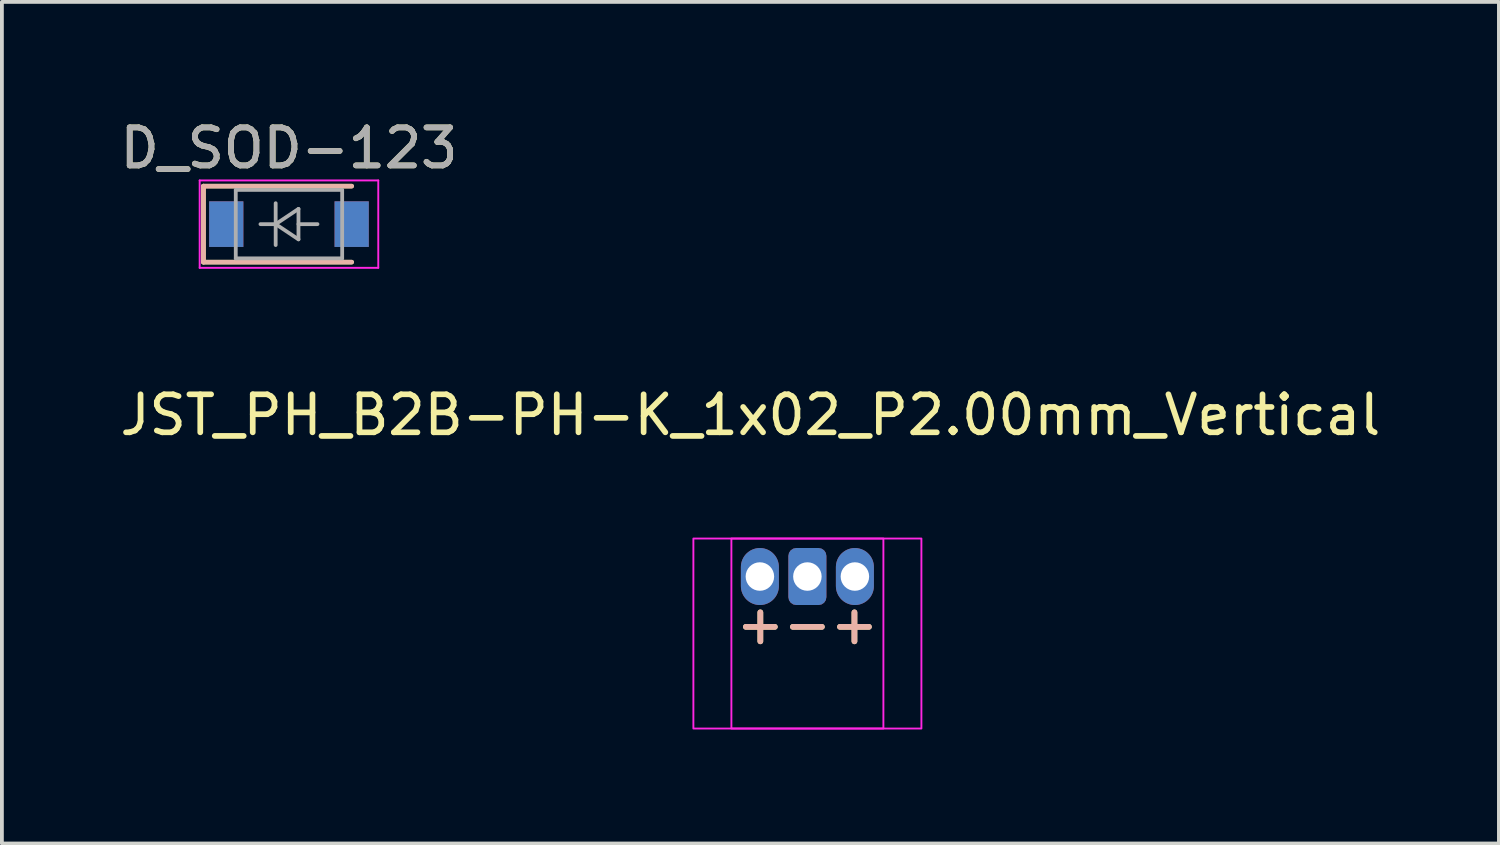
<source format=kicad_pcb>
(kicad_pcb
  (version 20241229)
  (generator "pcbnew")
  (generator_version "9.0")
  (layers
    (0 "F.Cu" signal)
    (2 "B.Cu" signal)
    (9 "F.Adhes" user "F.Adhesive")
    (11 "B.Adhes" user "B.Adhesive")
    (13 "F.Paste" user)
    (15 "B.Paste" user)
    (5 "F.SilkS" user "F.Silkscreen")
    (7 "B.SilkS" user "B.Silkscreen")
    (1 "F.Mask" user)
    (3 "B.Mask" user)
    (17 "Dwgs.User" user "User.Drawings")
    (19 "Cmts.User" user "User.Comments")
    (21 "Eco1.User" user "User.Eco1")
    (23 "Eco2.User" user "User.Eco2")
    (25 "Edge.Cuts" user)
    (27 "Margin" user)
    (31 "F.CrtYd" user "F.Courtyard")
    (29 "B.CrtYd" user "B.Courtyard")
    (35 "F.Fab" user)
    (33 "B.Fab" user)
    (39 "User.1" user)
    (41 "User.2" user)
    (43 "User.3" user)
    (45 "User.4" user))
  (footprint "D_SOD-123"
    (layer "F.Cu")
    (at 4.554 2.848)
    (property "Reference" "D_SOD-123" (at 0 -2 0) (layer "F.SilkS") (effects (font (size 1 1) (thickness 0.15))))
    (attr smd)
    (fp_line (start -2.25 -1) (end -2.25 1) (stroke (width 0.12) (type solid)) (layer "F.SilkS"))
    (fp_line (start -2.25 -1) (end 1.65 -1) (stroke (width 0.12) (type solid)) (layer "F.SilkS"))
    (fp_line (start -2.25 1) (end 1.65 1) (stroke (width 0.12) (type solid)) (layer "F.SilkS"))
    (fp_line (start -2.25 -1) (end -2.25 1) (stroke (width 0.12) (type solid)) (layer "B.SilkS"))
    (fp_line (start 1.65 -1) (end -2.25 -1) (stroke (width 0.12) (type solid)) (layer "B.SilkS"))
    (fp_line (start 1.65 1) (end -2.25 1) (stroke (width 0.12) (type solid)) (layer "B.SilkS"))
    (fp_line (start -2.35 -1.15) (end -2.35 1.15) (stroke (width 0.05) (type solid)) (layer "F.CrtYd"))
    (fp_line (start -2.35 -1.15) (end 2.35 -1.15) (stroke (width 0.05) (type solid)) (layer "F.CrtYd"))
    (fp_line (start 2.35 -1.15) (end 2.35 1.15) (stroke (width 0.05) (type solid)) (layer "F.CrtYd"))
    (fp_line (start 2.35 1.15) (end -2.35 1.15) (stroke (width 0.05) (type solid)) (layer "F.CrtYd"))
    (fp_line (start -1.4 -0.9) (end 1.4 -0.9) (stroke (width 0.1) (type solid)) (layer "F.Fab"))
    (fp_line (start -1.4 0.9) (end -1.4 -0.9) (stroke (width 0.1) (type solid)) (layer "F.Fab"))
    (fp_line (start -0.75 0) (end -0.35 0) (stroke (width 0.1) (type solid)) (layer "F.Fab"))
    (fp_line (start -0.35 0) (end -0.35 -0.55) (stroke (width 0.1) (type solid)) (layer "F.Fab"))
    (fp_line (start -0.35 0) (end -0.35 0.55) (stroke (width 0.1) (type solid)) (layer "F.Fab"))
    (fp_line (start -0.35 0) (end 0.25 -0.4) (stroke (width 0.1) (type solid)) (layer "F.Fab"))
    (fp_line (start 0.25 -0.4) (end 0.25 0.4) (stroke (width 0.1) (type solid)) (layer "F.Fab"))
    (fp_line (start 0.25 0) (end 0.75 0) (stroke (width 0.1) (type solid)) (layer "F.Fab"))
    (fp_line (start 0.25 0.4) (end -0.35 0) (stroke (width 0.1) (type solid)) (layer "F.Fab"))
    (fp_line (start 1.4 -0.9) (end 1.4 0.9) (stroke (width 0.1) (type solid)) (layer "F.Fab"))
    (fp_line (start 1.4 0.9) (end -1.4 0.9) (stroke (width 0.1) (type solid)) (layer "F.Fab"))
    (fp_text user "${REFERENCE}" (at 0 -2 0) (layer "F.Fab") (effects (font (size 1 1) (thickness 0.15))))
    (pad "1" smd rect (at -1.65 0) (size 0.9 1.2) (layers "F.Cu" "F.Mask" "F.Paste"))
    (pad "1" smd rect (at -1.65 0) (size 0.9 1.2) (layers "B.Cu" "B.Mask" "B.Paste"))
    (pad "2" smd rect (at 1.65 0) (size 0.9 1.2) (layers "F.Cu" "F.Mask" "F.Paste"))
    (pad "2" smd rect (at 1.65 0) (size 0.9 1.2) (layers "B.Cu" "B.Mask" "B.Paste")))
  (footprint "JST_PH_B2B-PH-K_1x02_P2.00mm_Vertical"
    (layer "F.Cu")
    (at 18.196 12.121)
    (property "Reference" "JST_PH_B2B-PH-K_1x02_P2.00mm_Vertical" (at -1.5 -4.25 0) (layer "F.SilkS") (effects (font (size 1 1) (thickness 0.15))))
    (attr through_hole)
    (fp_rect (start -3 -1) (end 2 4) (stroke (width 0.05) (type solid)) (fill no) (layer "F.CrtYd"))
    (fp_rect (start -2 -1) (end 3 4) (stroke (width 0.05) (type solid)) (fill no) (layer "F.CrtYd"))
    (fp_text user "+-+" (at 0 1.25 0) (unlocked yes) (layer "F.SilkS") (effects (font (size 1 1) (thickness 0.15))))
    (fp_text user "+-+" (at 0 1.25 0) (unlocked yes) (layer "B.SilkS") (effects (font (size 1 1) (thickness 0.15)) (justify mirror)))
    (pad "1" thru_hole roundrect (at 0 0) (size 1 1.5) (drill 0.75) (layers "*.Cu" "*.Mask") (roundrect_rratio 0.208))
    (pad "2" thru_hole oval (at -1.25 0) (size 1 1.5) (drill 0.75) (layers "*.Cu" "*.Mask"))
    (pad "2" thru_hole oval (at 1.25 0) (size 1 1.5) (drill 0.75) (layers "*.Cu" "*.Mask")))
  (gr_rect
    (start -3 -3)
    (end 36.393 19.146)
    (stroke (width 0.1) (type default))
    (fill no)
    (layer "Edge.Cuts")))
</source>
